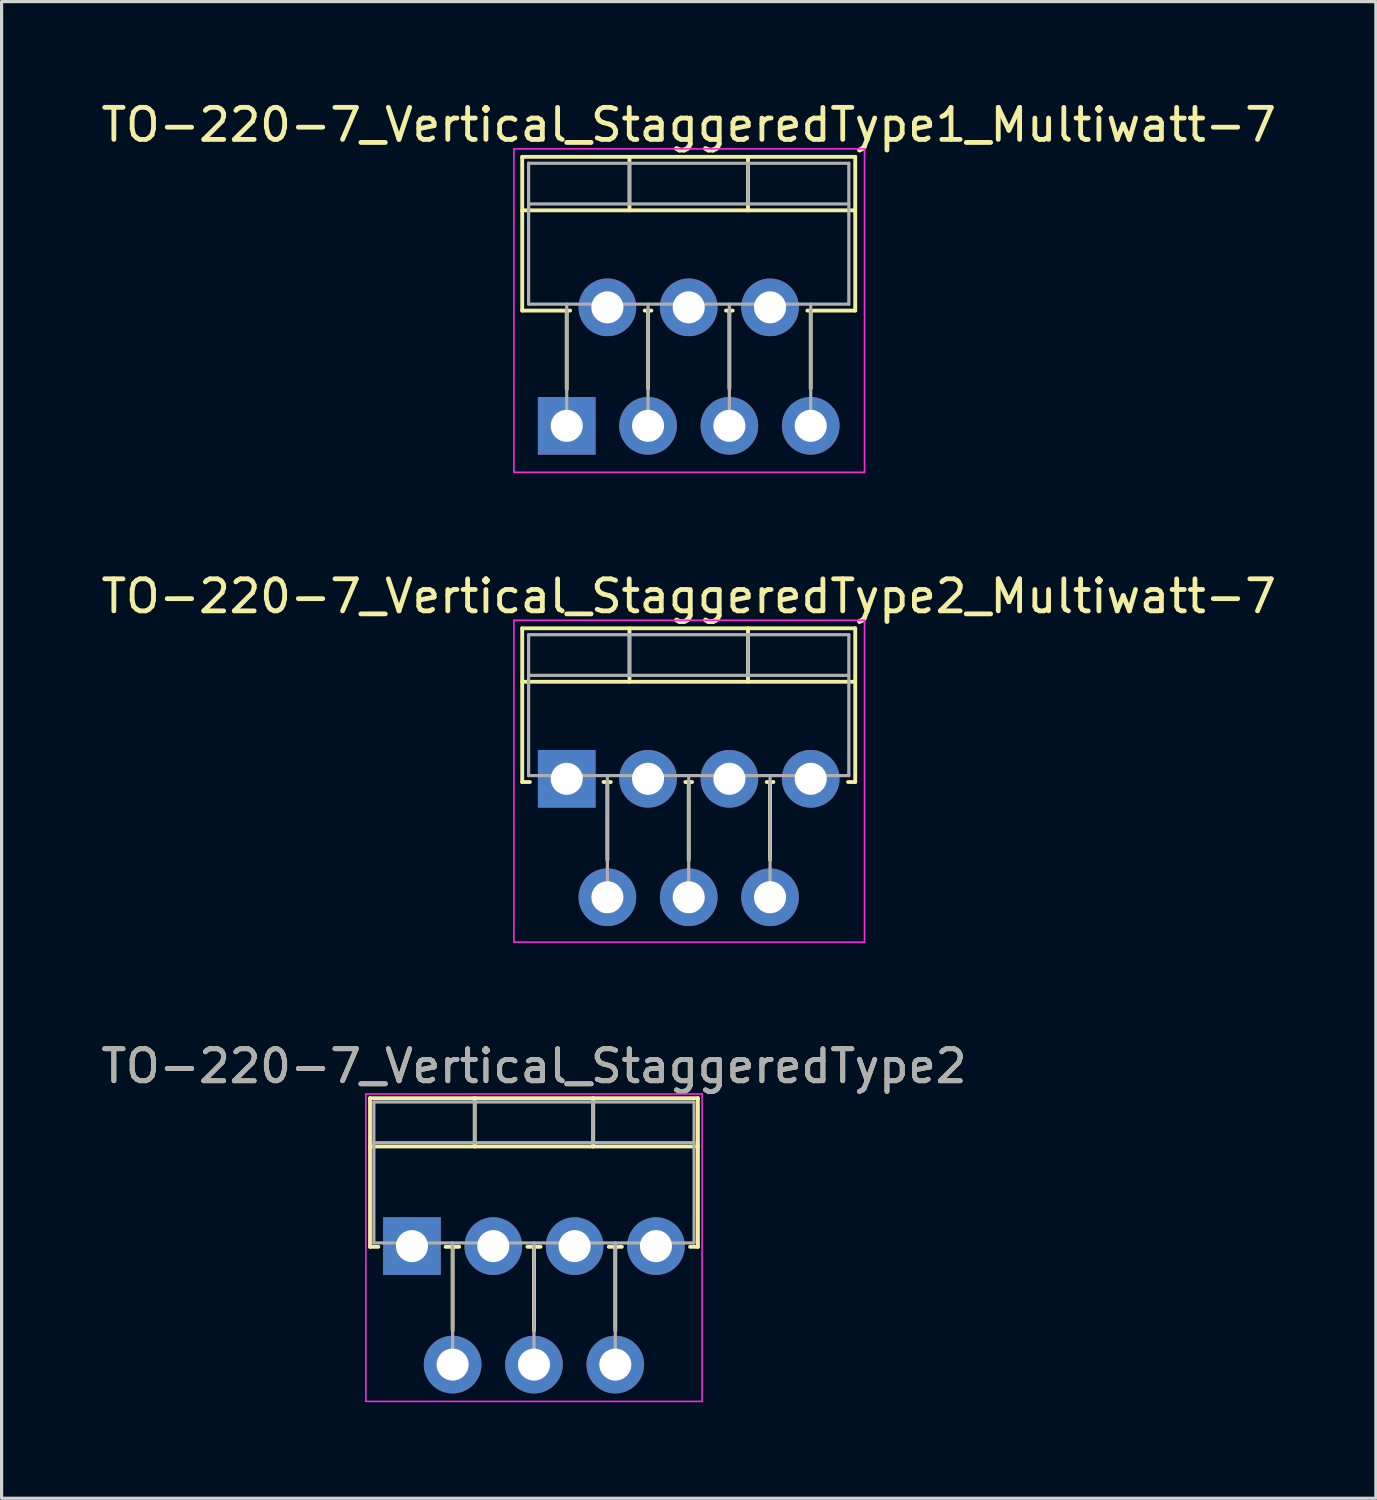
<source format=kicad_pcb>
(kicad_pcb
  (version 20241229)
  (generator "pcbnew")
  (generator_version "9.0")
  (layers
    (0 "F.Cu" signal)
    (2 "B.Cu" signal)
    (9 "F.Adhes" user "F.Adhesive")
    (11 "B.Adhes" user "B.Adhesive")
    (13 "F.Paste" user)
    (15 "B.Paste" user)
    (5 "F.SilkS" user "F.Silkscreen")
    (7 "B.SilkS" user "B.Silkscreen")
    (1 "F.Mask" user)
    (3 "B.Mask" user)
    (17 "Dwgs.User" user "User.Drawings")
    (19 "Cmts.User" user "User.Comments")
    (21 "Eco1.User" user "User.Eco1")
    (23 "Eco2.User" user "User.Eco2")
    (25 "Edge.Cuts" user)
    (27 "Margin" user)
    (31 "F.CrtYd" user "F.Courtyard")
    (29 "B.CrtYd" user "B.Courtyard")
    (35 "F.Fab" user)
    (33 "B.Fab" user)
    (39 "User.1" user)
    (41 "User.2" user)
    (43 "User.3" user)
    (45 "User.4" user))
  (footprint "TO-220-7_Vertical_StaggeredType2_Multiwatt-7"
    (layer "F.Cu")
    (at 14.648 21.271)
    (property "Reference" "TO-220-7_Vertical_StaggeredType2_Multiwatt-7" (at 3.81 -5.7 0) (layer "F.SilkS") (effects (font (size 1 1) (thickness 0.15))))
    (attr through_hole)
    (fp_line (start -1.39 -4.7) (end -1.39 0.101) (stroke (width 0.12) (type solid)) (layer "F.SilkS"))
    (fp_line (start -1.39 -4.7) (end 9.01 -4.7) (stroke (width 0.12) (type solid)) (layer "F.SilkS"))
    (fp_line (start -1.39 -3.03) (end 9.01 -3.03) (stroke (width 0.12) (type solid)) (layer "F.SilkS"))
    (fp_line (start -1.39 0.101) (end -1.15 0.101) (stroke (width 0.12) (type solid)) (layer "F.SilkS"))
    (fp_line (start 1.15 0.101) (end 1.376 0.101) (stroke (width 0.12) (type solid)) (layer "F.SilkS"))
    (fp_line (start 1.27 0.101) (end 1.27 2.535) (stroke (width 0.12) (type solid)) (layer "F.SilkS"))
    (fp_line (start 1.96 -4.7) (end 1.96 -3.03) (stroke (width 0.12) (type solid)) (layer "F.SilkS"))
    (fp_line (start 3.705 0.101) (end 3.915 0.101) (stroke (width 0.12) (type solid)) (layer "F.SilkS"))
    (fp_line (start 3.81 0.101) (end 3.81 2.535) (stroke (width 0.12) (type solid)) (layer "F.SilkS"))
    (fp_line (start 5.66 -4.7) (end 5.66 -3.03) (stroke (width 0.12) (type solid)) (layer "F.SilkS"))
    (fp_line (start 6.245 0.101) (end 6.455 0.101) (stroke (width 0.12) (type solid)) (layer "F.SilkS"))
    (fp_line (start 6.35 0.101) (end 6.35 2.535) (stroke (width 0.12) (type solid)) (layer "F.SilkS"))
    (fp_line (start 8.785 0.101) (end 9.01 0.101) (stroke (width 0.12) (type solid)) (layer "F.SilkS"))
    (fp_line (start 9.01 -4.7) (end 9.01 0.101) (stroke (width 0.12) (type solid)) (layer "F.SilkS"))
    (fp_line (start -1.65 -4.95) (end -1.65 5.1) (stroke (width 0.05) (type solid)) (layer "F.CrtYd"))
    (fp_line (start -1.65 5.1) (end 9.3 5.1) (stroke (width 0.05) (type solid)) (layer "F.CrtYd"))
    (fp_line (start 9.3 -4.95) (end -1.65 -4.95) (stroke (width 0.05) (type solid)) (layer "F.CrtYd"))
    (fp_line (start 9.3 5.1) (end 9.3 -4.95) (stroke (width 0.05) (type solid)) (layer "F.CrtYd"))
    (fp_line (start -1.19 -4.5) (end -1.19 -0.1) (stroke (width 0.1) (type solid)) (layer "F.Fab"))
    (fp_line (start -1.19 -3.23) (end 8.81 -3.23) (stroke (width 0.1) (type solid)) (layer "F.Fab"))
    (fp_line (start -1.19 -0.1) (end 8.81 -0.1) (stroke (width 0.1) (type solid)) (layer "F.Fab"))
    (fp_line (start 0 -0.1) (end 0 0) (stroke (width 0.1) (type solid)) (layer "F.Fab"))
    (fp_line (start 1.27 -0.1) (end 1.27 3.7) (stroke (width 0.1) (type solid)) (layer "F.Fab"))
    (fp_line (start 1.96 -4.5) (end 1.96 -3.23) (stroke (width 0.1) (type solid)) (layer "F.Fab"))
    (fp_line (start 2.54 -0.1) (end 2.54 0) (stroke (width 0.1) (type solid)) (layer "F.Fab"))
    (fp_line (start 3.81 -0.1) (end 3.81 3.7) (stroke (width 0.1) (type solid)) (layer "F.Fab"))
    (fp_line (start 5.08 -0.1) (end 5.08 0) (stroke (width 0.1) (type solid)) (layer "F.Fab"))
    (fp_line (start 5.66 -4.5) (end 5.66 -3.23) (stroke (width 0.1) (type solid)) (layer "F.Fab"))
    (fp_line (start 6.35 -0.1) (end 6.35 3.7) (stroke (width 0.1) (type solid)) (layer "F.Fab"))
    (fp_line (start 7.62 -0.1) (end 7.62 0) (stroke (width 0.1) (type solid)) (layer "F.Fab"))
    (fp_line (start 8.81 -4.5) (end -1.19 -4.5) (stroke (width 0.1) (type solid)) (layer "F.Fab"))
    (fp_line (start 8.81 -0.1) (end 8.81 -4.5) (stroke (width 0.1) (type solid)) (layer "F.Fab"))
    (pad "1" thru_hole rect (at 0 0) (size 1.8 1.8) (drill 1) (layers "*.Cu" "*.Mask"))
    (pad "2" thru_hole oval (at 1.27 3.7) (size 1.8 1.8) (drill 1) (layers "*.Cu" "*.Mask"))
    (pad "3" thru_hole oval (at 2.54 0) (size 1.8 1.8) (drill 1) (layers "*.Cu" "*.Mask"))
    (pad "4" thru_hole oval (at 3.81 3.7) (size 1.8 1.8) (drill 1) (layers "*.Cu" "*.Mask"))
    (pad "5" thru_hole oval (at 5.08 0) (size 1.8 1.8) (drill 1) (layers "*.Cu" "*.Mask"))
    (pad "6" thru_hole oval (at 6.35 3.7) (size 1.8 1.8) (drill 1) (layers "*.Cu" "*.Mask"))
    (pad "7" thru_hole oval (at 7.62 0) (size 1.8 1.8) (drill 1) (layers "*.Cu" "*.Mask")))
  (footprint "TO-220-7_Vertical_StaggeredType2"
    (layer "F.Cu")
    (at 9.815 35.865)
    (property "Reference" "TO-220-7_Vertical_StaggeredType2" (at 3.81 -5.62 0) (layer "F.SilkS") (effects (font (size 1 1) (thickness 0.15))))
    (attr through_hole)
    (fp_line (start -1.31 -4.62) (end -1.31 0.021) (stroke (width 0.12) (type solid)) (layer "F.SilkS"))
    (fp_line (start -1.31 -4.62) (end 8.93 -4.62) (stroke (width 0.12) (type solid)) (layer "F.SilkS"))
    (fp_line (start -1.31 -3.111) (end 8.93 -3.111) (stroke (width 0.12) (type solid)) (layer "F.SilkS"))
    (fp_line (start -1.31 0.021) (end -1.05 0.021) (stroke (width 0.12) (type solid)) (layer "F.SilkS"))
    (fp_line (start 1.05 0.021) (end 1.475 0.021) (stroke (width 0.12) (type solid)) (layer "F.SilkS"))
    (fp_line (start 1.27 0.021) (end 1.27 2.635) (stroke (width 0.12) (type solid)) (layer "F.SilkS"))
    (fp_line (start 1.96 -4.62) (end 1.96 -3.111) (stroke (width 0.12) (type solid)) (layer "F.SilkS"))
    (fp_line (start 3.605 0.021) (end 4.016 0.021) (stroke (width 0.12) (type solid)) (layer "F.SilkS"))
    (fp_line (start 3.81 0.021) (end 3.81 2.635) (stroke (width 0.12) (type solid)) (layer "F.SilkS"))
    (fp_line (start 5.66 -4.62) (end 5.66 -3.111) (stroke (width 0.12) (type solid)) (layer "F.SilkS"))
    (fp_line (start 6.145 0.021) (end 6.555 0.021) (stroke (width 0.12) (type solid)) (layer "F.SilkS"))
    (fp_line (start 6.35 0.021) (end 6.35 2.635) (stroke (width 0.12) (type solid)) (layer "F.SilkS"))
    (fp_line (start 8.685 0.021) (end 8.93 0.021) (stroke (width 0.12) (type solid)) (layer "F.SilkS"))
    (fp_line (start 8.93 -4.62) (end 8.93 0.021) (stroke (width 0.12) (type solid)) (layer "F.SilkS"))
    (fp_line (start -1.44 -4.75) (end -1.44 4.85) (stroke (width 0.05) (type solid)) (layer "F.CrtYd"))
    (fp_line (start -1.44 4.85) (end 9.06 4.85) (stroke (width 0.05) (type solid)) (layer "F.CrtYd"))
    (fp_line (start 9.06 -4.75) (end -1.44 -4.75) (stroke (width 0.05) (type solid)) (layer "F.CrtYd"))
    (fp_line (start 9.06 4.85) (end 9.06 -4.75) (stroke (width 0.05) (type solid)) (layer "F.CrtYd"))
    (fp_line (start -1.19 -4.5) (end -1.19 -0.1) (stroke (width 0.1) (type solid)) (layer "F.Fab"))
    (fp_line (start -1.19 -3.23) (end 8.81 -3.23) (stroke (width 0.1) (type solid)) (layer "F.Fab"))
    (fp_line (start -1.19 -0.1) (end 8.81 -0.1) (stroke (width 0.1) (type solid)) (layer "F.Fab"))
    (fp_line (start 0 -0.1) (end 0 0) (stroke (width 0.1) (type solid)) (layer "F.Fab"))
    (fp_line (start 1.27 -0.1) (end 1.27 3.7) (stroke (width 0.1) (type solid)) (layer "F.Fab"))
    (fp_line (start 1.96 -4.5) (end 1.96 -3.23) (stroke (width 0.1) (type solid)) (layer "F.Fab"))
    (fp_line (start 2.54 -0.1) (end 2.54 0) (stroke (width 0.1) (type solid)) (layer "F.Fab"))
    (fp_line (start 3.81 -0.1) (end 3.81 3.7) (stroke (width 0.1) (type solid)) (layer "F.Fab"))
    (fp_line (start 5.08 -0.1) (end 5.08 0) (stroke (width 0.1) (type solid)) (layer "F.Fab"))
    (fp_line (start 5.66 -4.5) (end 5.66 -3.23) (stroke (width 0.1) (type solid)) (layer "F.Fab"))
    (fp_line (start 6.35 -0.1) (end 6.35 3.7) (stroke (width 0.1) (type solid)) (layer "F.Fab"))
    (fp_line (start 7.62 -0.1) (end 7.62 0) (stroke (width 0.1) (type solid)) (layer "F.Fab"))
    (fp_line (start 8.81 -4.5) (end -1.19 -4.5) (stroke (width 0.1) (type solid)) (layer "F.Fab"))
    (fp_line (start 8.81 -0.1) (end 8.81 -4.5) (stroke (width 0.1) (type solid)) (layer "F.Fab"))
    (fp_text user "${REFERENCE}" (at 3.81 -5.62 0) (layer "F.Fab") (effects (font (size 1 1) (thickness 0.15))))
    (pad "1" thru_hole rect (at 0 0) (size 1.8 1.8) (drill 1) (layers "*.Cu" "*.Mask"))
    (pad "2" thru_hole oval (at 1.27 3.7) (size 1.8 1.8) (drill 1) (layers "*.Cu" "*.Mask"))
    (pad "3" thru_hole oval (at 2.54 0) (size 1.8 1.8) (drill 1) (layers "*.Cu" "*.Mask"))
    (pad "4" thru_hole oval (at 3.81 3.7) (size 1.8 1.8) (drill 1) (layers "*.Cu" "*.Mask"))
    (pad "5" thru_hole oval (at 5.08 0) (size 1.8 1.8) (drill 1) (layers "*.Cu" "*.Mask"))
    (pad "6" thru_hole oval (at 6.35 3.7) (size 1.8 1.8) (drill 1) (layers "*.Cu" "*.Mask"))
    (pad "7" thru_hole oval (at 7.62 0) (size 1.8 1.8) (drill 1) (layers "*.Cu" "*.Mask")))
  (footprint "TO-220-7_Vertical_StaggeredType1_Multiwatt-7"
    (layer "F.Cu")
    (at 14.648 10.248)
    (property "Reference" "TO-220-7_Vertical_StaggeredType1_Multiwatt-7" (at 3.81 -9.4 0) (layer "F.SilkS") (effects (font (size 1 1) (thickness 0.15))))
    (attr through_hole)
    (fp_line (start -1.39 -8.4) (end -1.39 -3.599) (stroke (width 0.12) (type solid)) (layer "F.SilkS"))
    (fp_line (start -1.39 -8.4) (end 9.01 -8.4) (stroke (width 0.12) (type solid)) (layer "F.SilkS"))
    (fp_line (start -1.39 -6.73) (end 9.01 -6.73) (stroke (width 0.12) (type solid)) (layer "F.SilkS"))
    (fp_line (start -1.39 -3.599) (end 0.106 -3.599) (stroke (width 0.12) (type solid)) (layer "F.SilkS"))
    (fp_line (start 0 -3.599) (end 0 -1.15) (stroke (width 0.12) (type solid)) (layer "F.SilkS"))
    (fp_line (start 1.96 -8.4) (end 1.96 -6.73) (stroke (width 0.12) (type solid)) (layer "F.SilkS"))
    (fp_line (start 2.435 -3.599) (end 2.645 -3.599) (stroke (width 0.12) (type solid)) (layer "F.SilkS"))
    (fp_line (start 2.54 -3.599) (end 2.54 -1.165) (stroke (width 0.12) (type solid)) (layer "F.SilkS"))
    (fp_line (start 4.975 -3.599) (end 5.185 -3.599) (stroke (width 0.12) (type solid)) (layer "F.SilkS"))
    (fp_line (start 5.08 -3.599) (end 5.08 -1.165) (stroke (width 0.12) (type solid)) (layer "F.SilkS"))
    (fp_line (start 5.66 -8.4) (end 5.66 -6.73) (stroke (width 0.12) (type solid)) (layer "F.SilkS"))
    (fp_line (start 7.515 -3.599) (end 9.01 -3.599) (stroke (width 0.12) (type solid)) (layer "F.SilkS"))
    (fp_line (start 7.62 -3.599) (end 7.62 -1.165) (stroke (width 0.12) (type solid)) (layer "F.SilkS"))
    (fp_line (start 9.01 -8.4) (end 9.01 -3.599) (stroke (width 0.12) (type solid)) (layer "F.SilkS"))
    (fp_line (start -1.65 -8.65) (end -1.65 1.45) (stroke (width 0.05) (type solid)) (layer "F.CrtYd"))
    (fp_line (start -1.65 1.45) (end 9.3 1.45) (stroke (width 0.05) (type solid)) (layer "F.CrtYd"))
    (fp_line (start 9.3 -8.65) (end -1.65 -8.65) (stroke (width 0.05) (type solid)) (layer "F.CrtYd"))
    (fp_line (start 9.3 1.45) (end 9.3 -8.65) (stroke (width 0.05) (type solid)) (layer "F.CrtYd"))
    (fp_line (start -1.19 -8.2) (end -1.19 -3.8) (stroke (width 0.1) (type solid)) (layer "F.Fab"))
    (fp_line (start -1.19 -6.93) (end 8.81 -6.93) (stroke (width 0.1) (type solid)) (layer "F.Fab"))
    (fp_line (start -1.19 -3.8) (end 8.81 -3.8) (stroke (width 0.1) (type solid)) (layer "F.Fab"))
    (fp_line (start 0 -3.8) (end 0 0) (stroke (width 0.1) (type solid)) (layer "F.Fab"))
    (fp_line (start 1.27 -3.8) (end 1.27 -3.7) (stroke (width 0.1) (type solid)) (layer "F.Fab"))
    (fp_line (start 1.96 -8.2) (end 1.96 -6.93) (stroke (width 0.1) (type solid)) (layer "F.Fab"))
    (fp_line (start 2.54 -3.8) (end 2.54 0) (stroke (width 0.1) (type solid)) (layer "F.Fab"))
    (fp_line (start 3.81 -3.8) (end 3.81 -3.7) (stroke (width 0.1) (type solid)) (layer "F.Fab"))
    (fp_line (start 5.08 -3.8) (end 5.08 0) (stroke (width 0.1) (type solid)) (layer "F.Fab"))
    (fp_line (start 5.66 -8.2) (end 5.66 -6.93) (stroke (width 0.1) (type solid)) (layer "F.Fab"))
    (fp_line (start 6.35 -3.8) (end 6.35 -3.7) (stroke (width 0.1) (type solid)) (layer "F.Fab"))
    (fp_line (start 7.62 -3.8) (end 7.62 0) (stroke (width 0.1) (type solid)) (layer "F.Fab"))
    (fp_line (start 8.81 -8.2) (end -1.19 -8.2) (stroke (width 0.1) (type solid)) (layer "F.Fab"))
    (fp_line (start 8.81 -3.8) (end 8.81 -8.2) (stroke (width 0.1) (type solid)) (layer "F.Fab"))
    (pad "1" thru_hole rect (at 0 0) (size 1.8 1.8) (drill 1) (layers "*.Cu" "*.Mask"))
    (pad "2" thru_hole oval (at 1.27 -3.7) (size 1.8 1.8) (drill 1) (layers "*.Cu" "*.Mask"))
    (pad "3" thru_hole oval (at 2.54 0) (size 1.8 1.8) (drill 1) (layers "*.Cu" "*.Mask"))
    (pad "4" thru_hole oval (at 3.81 -3.7) (size 1.8 1.8) (drill 1) (layers "*.Cu" "*.Mask"))
    (pad "5" thru_hole oval (at 5.08 0) (size 1.8 1.8) (drill 1) (layers "*.Cu" "*.Mask"))
    (pad "6" thru_hole oval (at 6.35 -3.7) (size 1.8 1.8) (drill 1) (layers "*.Cu" "*.Mask"))
    (pad "7" thru_hole oval (at 7.62 0) (size 1.8 1.8) (drill 1) (layers "*.Cu" "*.Mask")))
  (gr_rect
    (start -3 -3)
    (end 39.917 43.74)
    (stroke (width 0.1) (type default))
    (fill no)
    (layer "Edge.Cuts")))
</source>
